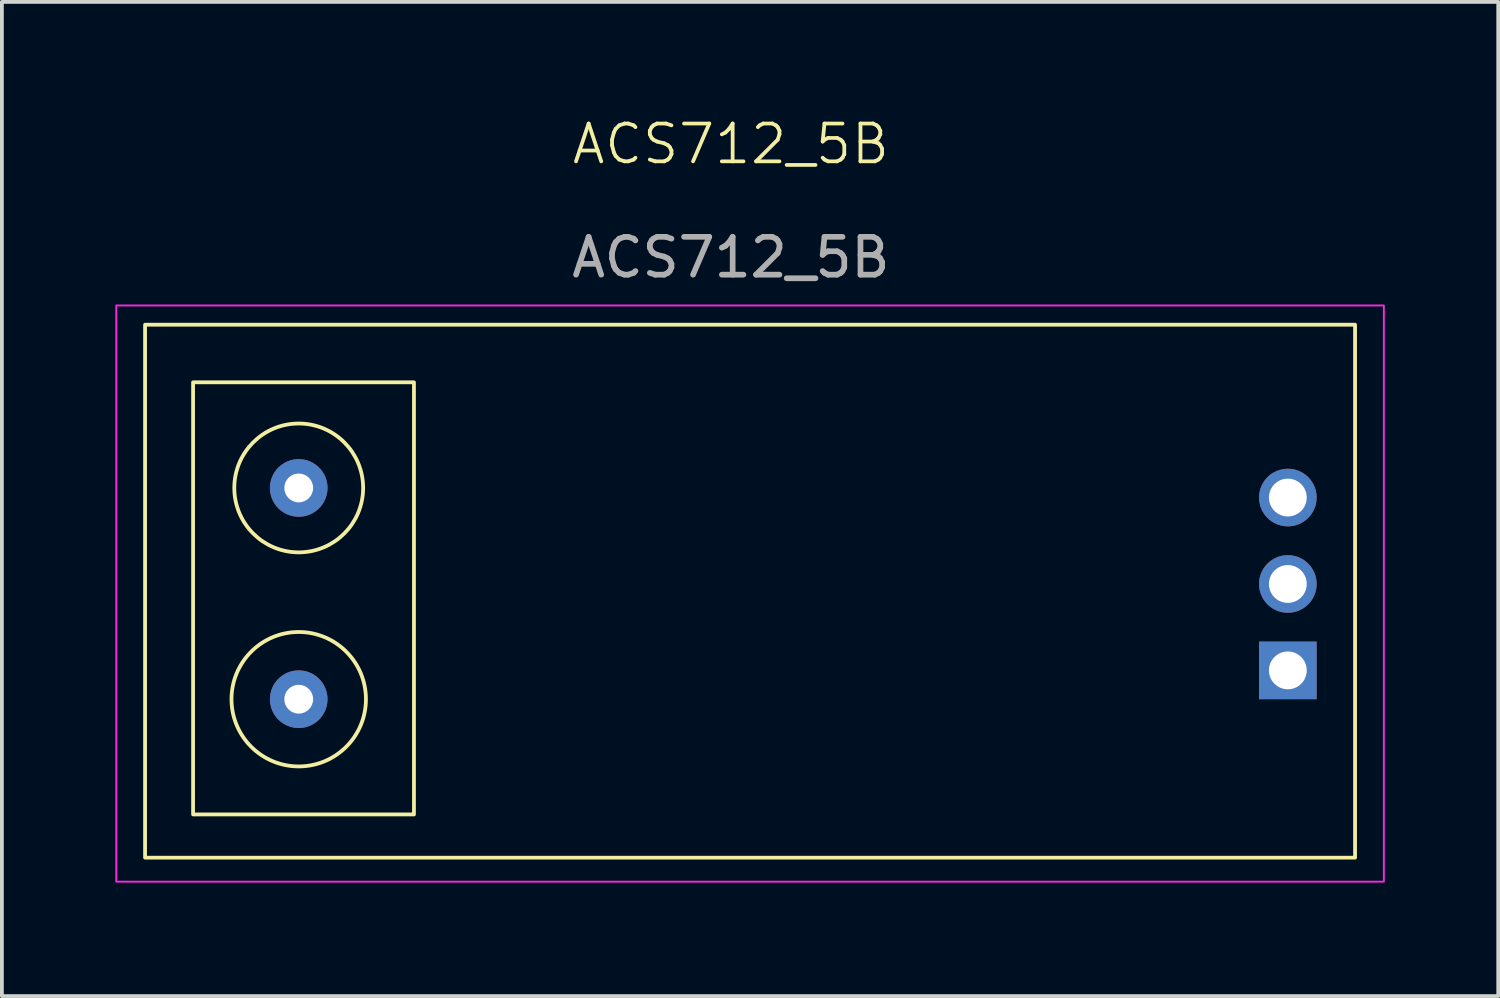
<source format=kicad_pcb>
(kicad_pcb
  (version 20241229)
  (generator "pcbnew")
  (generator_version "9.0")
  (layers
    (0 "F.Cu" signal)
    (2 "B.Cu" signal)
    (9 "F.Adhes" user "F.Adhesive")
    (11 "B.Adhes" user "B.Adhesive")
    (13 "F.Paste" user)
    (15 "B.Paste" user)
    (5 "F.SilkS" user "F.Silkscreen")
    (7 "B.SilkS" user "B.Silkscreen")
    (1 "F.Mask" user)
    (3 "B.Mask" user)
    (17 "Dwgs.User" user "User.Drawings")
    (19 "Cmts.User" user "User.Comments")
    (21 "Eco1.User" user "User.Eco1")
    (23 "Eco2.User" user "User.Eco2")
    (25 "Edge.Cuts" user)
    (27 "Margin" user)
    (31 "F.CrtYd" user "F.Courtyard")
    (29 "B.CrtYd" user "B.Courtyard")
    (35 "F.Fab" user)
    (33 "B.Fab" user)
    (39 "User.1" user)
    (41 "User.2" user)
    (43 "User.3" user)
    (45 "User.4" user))
  (footprint "ACS712_5B"
    (layer "F.Cu")
    (at 0.787 5.538)
    (property "Reference" "ACS712_5B" (at 15.494 -4.778 0) (unlocked yes) (layer "F.SilkS") (effects (font (size 1 1) (thickness 0.1))))
    (attr through_hole)
    (fp_rect (start 0 0) (end 32.004 14.097) (stroke (width 0.1) (type default)) (fill no) (layer "F.SilkS"))
    (fp_rect (start 1.27 1.524) (end 7.112 12.954) (stroke (width 0.1) (type default)) (fill no) (layer "F.SilkS"))
    (fp_circle (center 4.064 4.318) (end 4.826 5.842) (stroke (width 0.1) (type default)) (fill no) (layer "F.SilkS"))
    (fp_circle (center 4.064 9.906) (end 4.064 8.128) (stroke (width 0.1) (type default)) (fill no) (layer "F.SilkS"))
    (fp_rect (start -0.762 -0.508) (end 32.766 14.732) (stroke (width 0.05) (type default)) (fill no) (layer "F.CrtYd"))
    (fp_text user "${REFERENCE}" (at 15.494 -1.778 0) (unlocked yes) (layer "F.Fab") (effects (font (size 1 1) (thickness 0.15))))
    (pad "1" thru_hole circle (at 30.226 4.572) (size 1.524 1.524) (drill 1) (layers "*.Cu" "*.Mask"))
    (pad "2" thru_hole circle (at 30.226 6.858) (size 1.524 1.524) (drill 1) (layers "*.Cu" "*.Mask"))
    (pad "3" thru_hole rect (at 30.226 9.144) (size 1.524 1.524) (drill 1) (layers "*.Cu" "*.Mask"))
    (pad "4" thru_hole circle (at 4.064 4.318) (size 1.524 1.524) (drill 0.762) (layers "*.Cu" "*.Mask"))
    (pad "5" thru_hole circle (at 4.064 9.906) (size 1.524 1.524) (drill 0.762) (layers "*.Cu" "*.Mask")))
  (gr_rect
    (start -3 -3)
    (end 36.578 23.296)
    (stroke (width 0.1) (type default))
    (fill no)
    (layer "Edge.Cuts")))
</source>
